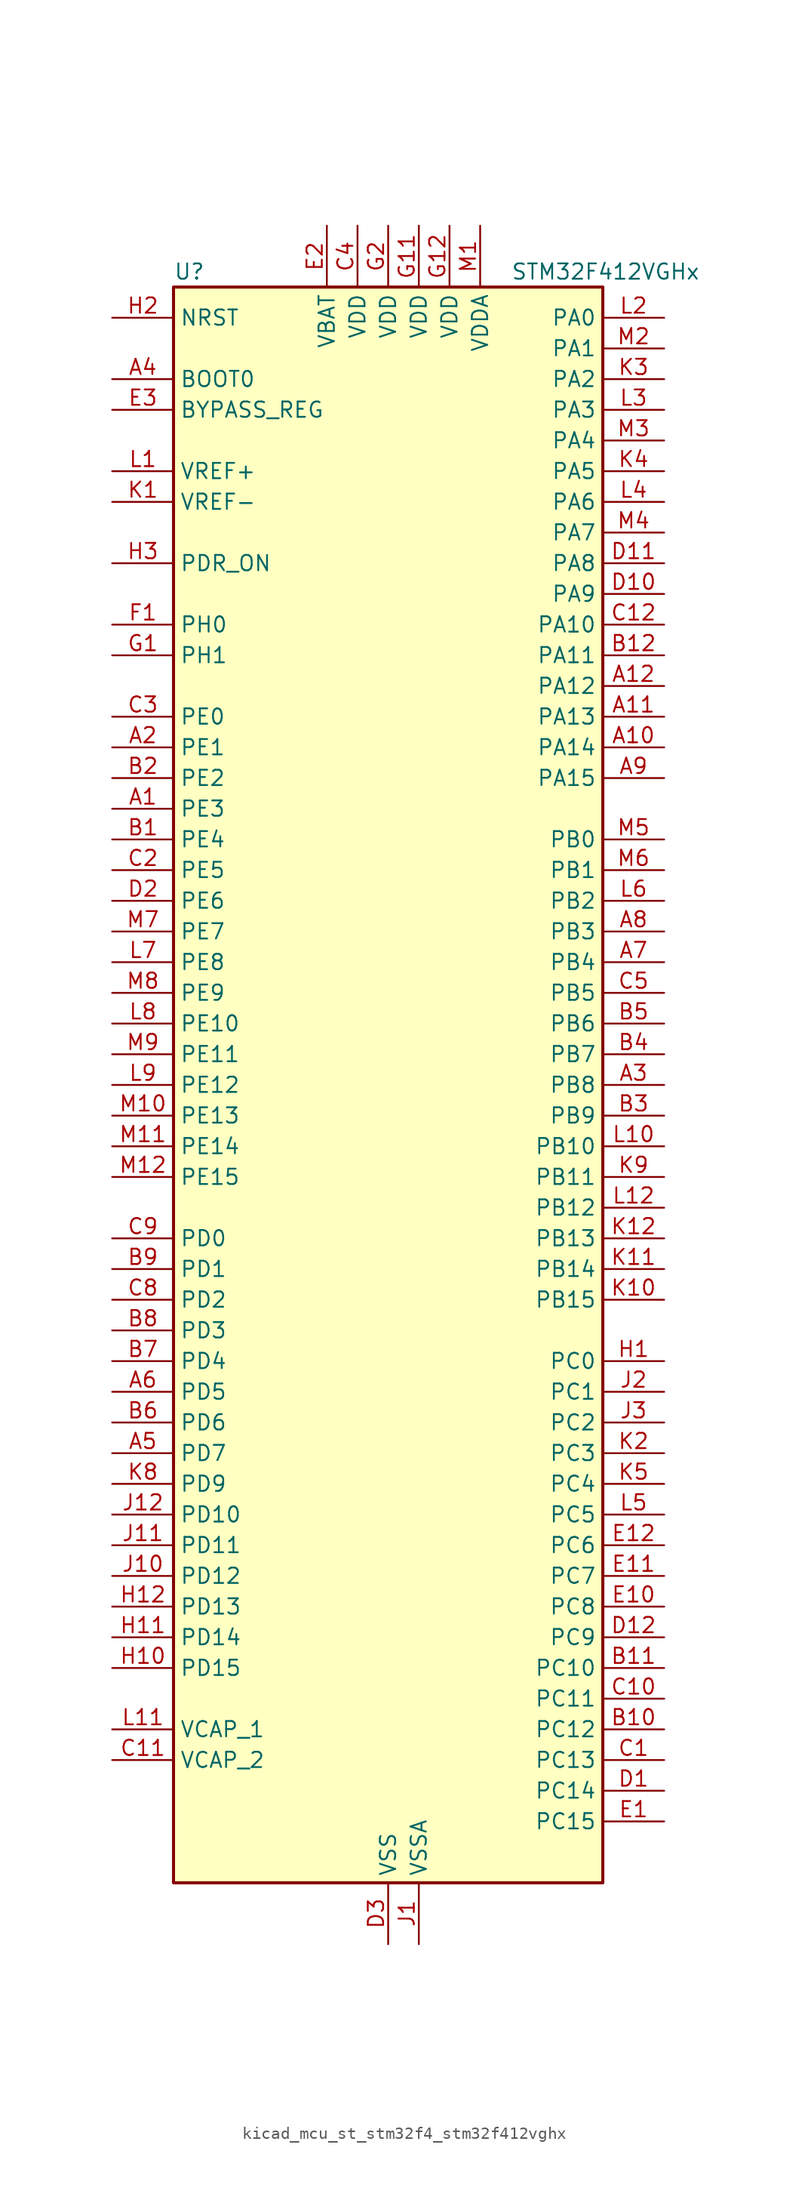
<source format=kicad_sym>
(kicad_symbol_lib
  (version 20220914)
  (generator kicad_symbol_editor)
  (symbol "kicad_mcu_st_stm32f4_stm32f412vghx"
    (property "Reference" "U"
      (at -17.78 67.31 0)
      (effects (font (size 1.27 1.27)) (justify left)))
    (property "Value" "STM32F412VGHx"
      (at 10.16 67.31 0)
      (effects (font (size 1.27 1.27)) (justify left)))
    (property "ki_locked" ""
      (at 0 0 0)
      (effects (font (size 1.27 1.27))))
    (symbol "kicad_mcu_st_stm32f4_stm32f412vghx_0_1"
      (rectangle (start -17.78 -66.04) (end 17.78 66.04) (stroke (width 0.254) (type default)) (fill (type background))))
    (symbol "kicad_mcu_st_stm32f4_stm32f412vghx_1_1"
      (pin bidirectional line (at -22.86 22.86 0) (length 5.08) (name "PE3" (effects (font (size 1.27 1.27)))) (number "A1" (effects (font (size 1.27 1.27)))) (alternate "FSMC_A19" bidirectional line) (alternate "SYS_TRACED0" bidirectional line))
      (pin bidirectional line (at 22.86 27.94 180) (length 5.08) (name "PA14" (effects (font (size 1.27 1.27)))) (number "A10" (effects (font (size 1.27 1.27)))) (alternate "SYS_JTCK-SWCLK" bidirectional line))
      (pin bidirectional line (at 22.86 30.48 180) (length 5.08) (name "PA13" (effects (font (size 1.27 1.27)))) (number "A11" (effects (font (size 1.27 1.27)))) (alternate "SYS_JTMS-SWDIO" bidirectional line))
      (pin bidirectional line (at 22.86 33.02 180) (length 5.08) (name "PA12" (effects (font (size 1.27 1.27)))) (number "A12" (effects (font (size 1.27 1.27)))) (alternate "CAN1_TX" bidirectional line) (alternate "SPI5_MISO" bidirectional line) (alternate "TIM1_ETR" bidirectional line) (alternate "USART1_RTS" bidirectional line) (alternate "USART6_RX" bidirectional line) (alternate "USB_OTG_FS_DP" bidirectional line))
      (pin bidirectional line (at -22.86 27.94 0) (length 5.08) (name "PE1" (effects (font (size 1.27 1.27)))) (number "A2" (effects (font (size 1.27 1.27)))) (alternate "FSMC_NBL1" bidirectional line))
      (pin bidirectional line (at 22.86 0 180) (length 5.08) (name "PB8" (effects (font (size 1.27 1.27)))) (number "A3" (effects (font (size 1.27 1.27)))) (alternate "CAN1_RX" bidirectional line) (alternate "I2C1_SCL" bidirectional line) (alternate "I2C3_SDA" bidirectional line) (alternate "I2S5_SD" bidirectional line) (alternate "SDIO_D4" bidirectional line) (alternate "SPI5_MOSI" bidirectional line) (alternate "TIM10_CH1" bidirectional line) (alternate "TIM4_CH3" bidirectional line))
      (pin input line (at -22.86 58.42 0) (length 5.08) (name "BOOT0" (effects (font (size 1.27 1.27)))) (number "A4" (effects (font (size 1.27 1.27)))))
      (pin bidirectional line (at -22.86 -30.48 0) (length 5.08) (name "PD7" (effects (font (size 1.27 1.27)))) (number "A5" (effects (font (size 1.27 1.27)))) (alternate "DFSDM1_CKIN1" bidirectional line) (alternate "FSMC_NE1" bidirectional line) (alternate "USART2_CK" bidirectional line))
      (pin bidirectional line (at -22.86 -25.4 0) (length 5.08) (name "PD5" (effects (font (size 1.27 1.27)))) (number "A6" (effects (font (size 1.27 1.27)))) (alternate "FSMC_NWE" bidirectional line) (alternate "USART2_TX" bidirectional line))
      (pin bidirectional line (at 22.86 10.16 180) (length 5.08) (name "PB4" (effects (font (size 1.27 1.27)))) (number "A7" (effects (font (size 1.27 1.27)))) (alternate "I2C3_SDA" bidirectional line) (alternate "I2S3_ext_SD" bidirectional line) (alternate "SDIO_D0" bidirectional line) (alternate "SPI1_MISO" bidirectional line) (alternate "SPI3_MISO" bidirectional line) (alternate "SYS_JTRST" bidirectional line) (alternate "TIM3_CH1" bidirectional line))
      (pin bidirectional line (at 22.86 12.7 180) (length 5.08) (name "PB3" (effects (font (size 1.27 1.27)))) (number "A8" (effects (font (size 1.27 1.27)))) (alternate "FMPI2C1_SDA" bidirectional line) (alternate "I2C2_SDA" bidirectional line) (alternate "I2S1_CK" bidirectional line) (alternate "I2S3_CK" bidirectional line) (alternate "SPI1_SCK" bidirectional line) (alternate "SPI3_SCK" bidirectional line) (alternate "SYS_JTDO-SWO" bidirectional line) (alternate "TIM2_CH2" bidirectional line) (alternate "USART1_RX" bidirectional line))
      (pin bidirectional line (at 22.86 25.4 180) (length 5.08) (name "PA15" (effects (font (size 1.27 1.27)))) (number "A9" (effects (font (size 1.27 1.27)))) (alternate "ADC1_EXTI15" bidirectional line) (alternate "I2S1_WS" bidirectional line) (alternate "I2S3_WS" bidirectional line) (alternate "SPI1_NSS" bidirectional line) (alternate "SPI3_NSS" bidirectional line) (alternate "SYS_JTDI" bidirectional line) (alternate "TIM2_CH1" bidirectional line) (alternate "TIM2_ETR" bidirectional line) (alternate "USART1_TX" bidirectional line))
      (pin bidirectional line (at -22.86 20.32 0) (length 5.08) (name "PE4" (effects (font (size 1.27 1.27)))) (number "B1" (effects (font (size 1.27 1.27)))) (alternate "DFSDM1_DATIN3" bidirectional line) (alternate "FSMC_A20" bidirectional line) (alternate "I2S4_WS" bidirectional line) (alternate "I2S5_WS" bidirectional line) (alternate "SPI4_NSS" bidirectional line) (alternate "SPI5_NSS" bidirectional line) (alternate "SYS_TRACED1" bidirectional line))
      (pin bidirectional line (at 22.86 -53.34 180) (length 5.08) (name "PC12" (effects (font (size 1.27 1.27)))) (number "B10" (effects (font (size 1.27 1.27)))) (alternate "FSMC_D3" bidirectional line) (alternate "FSMC_DA3" bidirectional line) (alternate "I2S3_SD" bidirectional line) (alternate "SDIO_CK" bidirectional line) (alternate "SPI3_MOSI" bidirectional line) (alternate "USART3_CK" bidirectional line))
      (pin bidirectional line (at 22.86 -48.26 180) (length 5.08) (name "PC10" (effects (font (size 1.27 1.27)))) (number "B11" (effects (font (size 1.27 1.27)))) (alternate "I2S3_CK" bidirectional line) (alternate "QUADSPI_BK1_IO1" bidirectional line) (alternate "SDIO_D2" bidirectional line) (alternate "SPI3_SCK" bidirectional line) (alternate "USART3_TX" bidirectional line))
      (pin bidirectional line (at 22.86 35.56 180) (length 5.08) (name "PA11" (effects (font (size 1.27 1.27)))) (number "B12" (effects (font (size 1.27 1.27)))) (alternate "ADC1_EXTI11" bidirectional line) (alternate "CAN1_RX" bidirectional line) (alternate "SPI4_MISO" bidirectional line) (alternate "TIM1_CH4" bidirectional line) (alternate "USART1_CTS" bidirectional line) (alternate "USART6_TX" bidirectional line) (alternate "USB_OTG_FS_DM" bidirectional line))
      (pin bidirectional line (at -22.86 25.4 0) (length 5.08) (name "PE2" (effects (font (size 1.27 1.27)))) (number "B2" (effects (font (size 1.27 1.27)))) (alternate "FSMC_A23" bidirectional line) (alternate "I2S4_CK" bidirectional line) (alternate "I2S5_CK" bidirectional line) (alternate "QUADSPI_BK1_IO2" bidirectional line) (alternate "SPI4_SCK" bidirectional line) (alternate "SPI5_SCK" bidirectional line) (alternate "SYS_TRACECLK" bidirectional line))
      (pin bidirectional line (at 22.86 -2.54 180) (length 5.08) (name "PB9" (effects (font (size 1.27 1.27)))) (number "B3" (effects (font (size 1.27 1.27)))) (alternate "CAN1_TX" bidirectional line) (alternate "I2C1_SDA" bidirectional line) (alternate "I2C2_SDA" bidirectional line) (alternate "I2S2_WS" bidirectional line) (alternate "SDIO_D5" bidirectional line) (alternate "SPI2_NSS" bidirectional line) (alternate "TIM11_CH1" bidirectional line) (alternate "TIM4_CH4" bidirectional line))
      (pin bidirectional line (at 22.86 2.54 180) (length 5.08) (name "PB7" (effects (font (size 1.27 1.27)))) (number "B4" (effects (font (size 1.27 1.27)))) (alternate "FSMC_NL" bidirectional line) (alternate "I2C1_SDA" bidirectional line) (alternate "TIM4_CH2" bidirectional line) (alternate "USART1_RX" bidirectional line))
      (pin bidirectional line (at 22.86 5.08 180) (length 5.08) (name "PB6" (effects (font (size 1.27 1.27)))) (number "B5" (effects (font (size 1.27 1.27)))) (alternate "CAN2_TX" bidirectional line) (alternate "I2C1_SCL" bidirectional line) (alternate "QUADSPI_BK1_NCS" bidirectional line) (alternate "SDIO_D0" bidirectional line) (alternate "TIM4_CH1" bidirectional line) (alternate "USART1_TX" bidirectional line))
      (pin bidirectional line (at -22.86 -27.94 0) (length 5.08) (name "PD6" (effects (font (size 1.27 1.27)))) (number "B6" (effects (font (size 1.27 1.27)))) (alternate "DFSDM1_DATIN1" bidirectional line) (alternate "FSMC_NWAIT" bidirectional line) (alternate "I2S3_SD" bidirectional line) (alternate "SPI3_MOSI" bidirectional line) (alternate "USART2_RX" bidirectional line))
      (pin bidirectional line (at -22.86 -22.86 0) (length 5.08) (name "PD4" (effects (font (size 1.27 1.27)))) (number "B7" (effects (font (size 1.27 1.27)))) (alternate "DFSDM1_CKIN0" bidirectional line) (alternate "FSMC_NOE" bidirectional line) (alternate "USART2_RTS" bidirectional line))
      (pin bidirectional line (at -22.86 -20.32 0) (length 5.08) (name "PD3" (effects (font (size 1.27 1.27)))) (number "B8" (effects (font (size 1.27 1.27)))) (alternate "DFSDM1_DATIN0" bidirectional line) (alternate "FSMC_CLK" bidirectional line) (alternate "I2S2_CK" bidirectional line) (alternate "QUADSPI_CLK" bidirectional line) (alternate "SPI2_SCK" bidirectional line) (alternate "SYS_TRACED1" bidirectional line) (alternate "USART2_CTS" bidirectional line))
      (pin bidirectional line (at -22.86 -15.24 0) (length 5.08) (name "PD1" (effects (font (size 1.27 1.27)))) (number "B9" (effects (font (size 1.27 1.27)))) (alternate "CAN1_TX" bidirectional line) (alternate "FSMC_D3" bidirectional line) (alternate "FSMC_DA3" bidirectional line))
      (pin bidirectional line (at 22.86 -55.88 180) (length 5.08) (name "PC13" (effects (font (size 1.27 1.27)))) (number "C1" (effects (font (size 1.27 1.27)))) (alternate "RTC_AF1" bidirectional line))
      (pin bidirectional line (at 22.86 -50.8 180) (length 5.08) (name "PC11" (effects (font (size 1.27 1.27)))) (number "C10" (effects (font (size 1.27 1.27)))) (alternate "ADC1_EXTI11" bidirectional line) (alternate "FSMC_D2" bidirectional line) (alternate "FSMC_DA2" bidirectional line) (alternate "I2S3_ext_SD" bidirectional line) (alternate "QUADSPI_BK2_NCS" bidirectional line) (alternate "SDIO_D3" bidirectional line) (alternate "SPI3_MISO" bidirectional line) (alternate "USART3_RX" bidirectional line))
      (pin power_out line (at -22.86 -55.88 0) (length 5.08) (name "VCAP_2" (effects (font (size 1.27 1.27)))) (number "C11" (effects (font (size 1.27 1.27)))))
      (pin bidirectional line (at 22.86 38.1 180) (length 5.08) (name "PA10" (effects (font (size 1.27 1.27)))) (number "C12" (effects (font (size 1.27 1.27)))) (alternate "I2S5_SD" bidirectional line) (alternate "SPI5_MOSI" bidirectional line) (alternate "TIM1_CH3" bidirectional line) (alternate "USART1_RX" bidirectional line) (alternate "USB_OTG_FS_ID" bidirectional line))
      (pin bidirectional line (at -22.86 17.78 0) (length 5.08) (name "PE5" (effects (font (size 1.27 1.27)))) (number "C2" (effects (font (size 1.27 1.27)))) (alternate "DFSDM1_CKIN3" bidirectional line) (alternate "FSMC_A21" bidirectional line) (alternate "SPI4_MISO" bidirectional line) (alternate "SPI5_MISO" bidirectional line) (alternate "SYS_TRACED2" bidirectional line) (alternate "TIM9_CH1" bidirectional line))
      (pin bidirectional line (at -22.86 30.48 0) (length 5.08) (name "PE0" (effects (font (size 1.27 1.27)))) (number "C3" (effects (font (size 1.27 1.27)))) (alternate "FSMC_NBL0" bidirectional line) (alternate "TIM4_ETR" bidirectional line))
      (pin power_in line (at -2.54 71.12 270) (length 5.08) (name "VDD" (effects (font (size 1.27 1.27)))) (number "C4" (effects (font (size 1.27 1.27)))))
      (pin bidirectional line (at 22.86 7.62 180) (length 5.08) (name "PB5" (effects (font (size 1.27 1.27)))) (number "C5" (effects (font (size 1.27 1.27)))) (alternate "CAN2_RX" bidirectional line) (alternate "I2C1_SMBA" bidirectional line) (alternate "I2S1_SD" bidirectional line) (alternate "I2S3_SD" bidirectional line) (alternate "SDIO_D3" bidirectional line) (alternate "SPI1_MOSI" bidirectional line) (alternate "SPI3_MOSI" bidirectional line) (alternate "TIM3_CH2" bidirectional line))
      (pin bidirectional line (at -22.86 -17.78 0) (length 5.08) (name "PD2" (effects (font (size 1.27 1.27)))) (number "C8" (effects (font (size 1.27 1.27)))) (alternate "FSMC_NWE" bidirectional line) (alternate "SDIO_CMD" bidirectional line) (alternate "TIM3_ETR" bidirectional line))
      (pin bidirectional line (at -22.86 -12.7 0) (length 5.08) (name "PD0" (effects (font (size 1.27 1.27)))) (number "C9" (effects (font (size 1.27 1.27)))) (alternate "CAN1_RX" bidirectional line) (alternate "FSMC_D2" bidirectional line) (alternate "FSMC_DA2" bidirectional line))
      (pin bidirectional line (at 22.86 -58.42 180) (length 5.08) (name "PC14" (effects (font (size 1.27 1.27)))) (number "D1" (effects (font (size 1.27 1.27)))) (alternate "RCC_OSC32_IN" bidirectional line))
      (pin bidirectional line (at 22.86 40.64 180) (length 5.08) (name "PA9" (effects (font (size 1.27 1.27)))) (number "D10" (effects (font (size 1.27 1.27)))) (alternate "I2C3_SMBA" bidirectional line) (alternate "SDIO_D2" bidirectional line) (alternate "TIM1_CH2" bidirectional line) (alternate "USART1_TX" bidirectional line) (alternate "USB_OTG_FS_VBUS" bidirectional line))
      (pin bidirectional line (at 22.86 43.18 180) (length 5.08) (name "PA8" (effects (font (size 1.27 1.27)))) (number "D11" (effects (font (size 1.27 1.27)))) (alternate "I2C3_SCL" bidirectional line) (alternate "RCC_MCO_1" bidirectional line) (alternate "SDIO_D1" bidirectional line) (alternate "TIM1_CH1" bidirectional line) (alternate "USART1_CK" bidirectional line) (alternate "USB_OTG_FS_SOF" bidirectional line))
      (pin bidirectional line (at 22.86 -45.72 180) (length 5.08) (name "PC9" (effects (font (size 1.27 1.27)))) (number "D12" (effects (font (size 1.27 1.27)))) (alternate "I2C3_SDA" bidirectional line) (alternate "I2S_CKIN" bidirectional line) (alternate "QUADSPI_BK1_IO0" bidirectional line) (alternate "RCC_MCO_2" bidirectional line) (alternate "SDIO_D1" bidirectional line) (alternate "TIM3_CH4" bidirectional line) (alternate "TIM8_CH4" bidirectional line))
      (pin bidirectional line (at -22.86 15.24 0) (length 5.08) (name "PE6" (effects (font (size 1.27 1.27)))) (number "D2" (effects (font (size 1.27 1.27)))) (alternate "FSMC_A22" bidirectional line) (alternate "I2S4_SD" bidirectional line) (alternate "I2S5_SD" bidirectional line) (alternate "SPI4_MOSI" bidirectional line) (alternate "SPI5_MOSI" bidirectional line) (alternate "SYS_TRACED3" bidirectional line) (alternate "TIM9_CH2" bidirectional line))
      (pin power_in line (at 0 -71.12 90) (length 5.08) (name "VSS" (effects (font (size 1.27 1.27)))) (number "D3" (effects (font (size 1.27 1.27)))))
      (pin bidirectional line (at 22.86 -60.96 180) (length 5.08) (name "PC15" (effects (font (size 1.27 1.27)))) (number "E1" (effects (font (size 1.27 1.27)))) (alternate "ADC1_EXTI15" bidirectional line) (alternate "RCC_OSC32_OUT" bidirectional line))
      (pin bidirectional line (at 22.86 -43.18 180) (length 5.08) (name "PC8" (effects (font (size 1.27 1.27)))) (number "E10" (effects (font (size 1.27 1.27)))) (alternate "QUADSPI_BK1_IO2" bidirectional line) (alternate "SDIO_D0" bidirectional line) (alternate "TIM3_CH3" bidirectional line) (alternate "TIM8_CH3" bidirectional line) (alternate "USART6_CK" bidirectional line))
      (pin bidirectional line (at 22.86 -40.64 180) (length 5.08) (name "PC7" (effects (font (size 1.27 1.27)))) (number "E11" (effects (font (size 1.27 1.27)))) (alternate "DFSDM1_DATIN3" bidirectional line) (alternate "FMPI2C1_SDA" bidirectional line) (alternate "I2S2_CK" bidirectional line) (alternate "I2S3_MCK" bidirectional line) (alternate "SDIO_D7" bidirectional line) (alternate "SPI2_SCK" bidirectional line) (alternate "TIM3_CH2" bidirectional line) (alternate "TIM8_CH2" bidirectional line) (alternate "USART6_RX" bidirectional line))
      (pin bidirectional line (at 22.86 -38.1 180) (length 5.08) (name "PC6" (effects (font (size 1.27 1.27)))) (number "E12" (effects (font (size 1.27 1.27)))) (alternate "DFSDM1_CKIN3" bidirectional line) (alternate "FMPI2C1_SCL" bidirectional line) (alternate "FSMC_D1" bidirectional line) (alternate "FSMC_DA1" bidirectional line) (alternate "I2S2_MCK" bidirectional line) (alternate "SDIO_D6" bidirectional line) (alternate "TIM3_CH1" bidirectional line) (alternate "TIM8_CH1" bidirectional line) (alternate "USART6_TX" bidirectional line))
      (pin power_in line (at -5.08 71.12 270) (length 5.08) (name "VBAT" (effects (font (size 1.27 1.27)))) (number "E2" (effects (font (size 1.27 1.27)))))
      (pin input line (at -22.86 55.88 0) (length 5.08) (name "BYPASS_REG" (effects (font (size 1.27 1.27)))) (number "E3" (effects (font (size 1.27 1.27)))))
      (pin bidirectional line (at -22.86 38.1 0) (length 5.08) (name "PH0" (effects (font (size 1.27 1.27)))) (number "F1" (effects (font (size 1.27 1.27)))) (alternate "RCC_OSC_IN" bidirectional line))
      (pin passive line (at 0 -71.12 90) (length 5.08) hide (name "VSS" (effects (font (size 1.27 1.27)))) (number "F11" (effects (font (size 1.27 1.27)))))
      (pin passive line (at 0 -71.12 90) (length 5.08) hide (name "VSS" (effects (font (size 1.27 1.27)))) (number "F12" (effects (font (size 1.27 1.27)))))
      (pin passive line (at 0 -71.12 90) (length 5.08) hide (name "VSS" (effects (font (size 1.27 1.27)))) (number "F2" (effects (font (size 1.27 1.27)))))
      (pin bidirectional line (at -22.86 35.56 0) (length 5.08) (name "PH1" (effects (font (size 1.27 1.27)))) (number "G1" (effects (font (size 1.27 1.27)))) (alternate "RCC_OSC_OUT" bidirectional line))
      (pin power_in line (at 2.54 71.12 270) (length 5.08) (name "VDD" (effects (font (size 1.27 1.27)))) (number "G11" (effects (font (size 1.27 1.27)))))
      (pin power_in line (at 5.08 71.12 270) (length 5.08) (name "VDD" (effects (font (size 1.27 1.27)))) (number "G12" (effects (font (size 1.27 1.27)))))
      (pin power_in line (at 0 71.12 270) (length 5.08) (name "VDD" (effects (font (size 1.27 1.27)))) (number "G2" (effects (font (size 1.27 1.27)))))
      (pin bidirectional line (at 22.86 -22.86 180) (length 5.08) (name "PC0" (effects (font (size 1.27 1.27)))) (number "H1" (effects (font (size 1.27 1.27)))) (alternate "ADC1_IN10" bidirectional line) (alternate "SYS_WKUP2" bidirectional line))
      (pin bidirectional line (at -22.86 -48.26 0) (length 5.08) (name "PD15" (effects (font (size 1.27 1.27)))) (number "H10" (effects (font (size 1.27 1.27)))) (alternate "ADC1_EXTI15" bidirectional line) (alternate "FMPI2C1_SDA" bidirectional line) (alternate "FSMC_D1" bidirectional line) (alternate "FSMC_DA1" bidirectional line) (alternate "TIM4_CH4" bidirectional line))
      (pin bidirectional line (at -22.86 -45.72 0) (length 5.08) (name "PD14" (effects (font (size 1.27 1.27)))) (number "H11" (effects (font (size 1.27 1.27)))) (alternate "FMPI2C1_SCL" bidirectional line) (alternate "FSMC_D0" bidirectional line) (alternate "FSMC_DA0" bidirectional line) (alternate "TIM4_CH3" bidirectional line))
      (pin bidirectional line (at -22.86 -43.18 0) (length 5.08) (name "PD13" (effects (font (size 1.27 1.27)))) (number "H12" (effects (font (size 1.27 1.27)))) (alternate "FMPI2C1_SDA" bidirectional line) (alternate "FSMC_A18" bidirectional line) (alternate "QUADSPI_BK1_IO3" bidirectional line) (alternate "TIM4_CH2" bidirectional line))
      (pin input line (at -22.86 63.5 0) (length 5.08) (name "NRST" (effects (font (size 1.27 1.27)))) (number "H2" (effects (font (size 1.27 1.27)))))
      (pin input line (at -22.86 43.18 0) (length 5.08) (name "PDR_ON" (effects (font (size 1.27 1.27)))) (number "H3" (effects (font (size 1.27 1.27)))))
      (pin power_in line (at 2.54 -71.12 90) (length 5.08) (name "VSSA" (effects (font (size 1.27 1.27)))) (number "J1" (effects (font (size 1.27 1.27)))))
      (pin bidirectional line (at -22.86 -40.64 0) (length 5.08) (name "PD12" (effects (font (size 1.27 1.27)))) (number "J10" (effects (font (size 1.27 1.27)))) (alternate "FMPI2C1_SCL" bidirectional line) (alternate "FSMC_A17" bidirectional line) (alternate "QUADSPI_BK1_IO1" bidirectional line) (alternate "TIM4_CH1" bidirectional line) (alternate "USART3_RTS" bidirectional line))
      (pin bidirectional line (at -22.86 -38.1 0) (length 5.08) (name "PD11" (effects (font (size 1.27 1.27)))) (number "J11" (effects (font (size 1.27 1.27)))) (alternate "ADC1_EXTI11" bidirectional line) (alternate "FMPI2C1_SMBA" bidirectional line) (alternate "FSMC_A16" bidirectional line) (alternate "QUADSPI_BK1_IO0" bidirectional line) (alternate "USART3_CTS" bidirectional line))
      (pin bidirectional line (at -22.86 -35.56 0) (length 5.08) (name "PD10" (effects (font (size 1.27 1.27)))) (number "J12" (effects (font (size 1.27 1.27)))) (alternate "FSMC_D15" bidirectional line) (alternate "FSMC_DA15" bidirectional line) (alternate "USART3_CK" bidirectional line))
      (pin bidirectional line (at 22.86 -25.4 180) (length 5.08) (name "PC1" (effects (font (size 1.27 1.27)))) (number "J2" (effects (font (size 1.27 1.27)))) (alternate "ADC1_IN11" bidirectional line) (alternate "SYS_WKUP3" bidirectional line))
      (pin bidirectional line (at 22.86 -27.94 180) (length 5.08) (name "PC2" (effects (font (size 1.27 1.27)))) (number "J3" (effects (font (size 1.27 1.27)))) (alternate "ADC1_IN12" bidirectional line) (alternate "DFSDM1_CKOUT" bidirectional line) (alternate "FSMC_NWE" bidirectional line) (alternate "I2S2_ext_SD" bidirectional line) (alternate "SPI2_MISO" bidirectional line))
      (pin input line (at -22.86 48.26 0) (length 5.08) (name "VREF-" (effects (font (size 1.27 1.27)))) (number "K1" (effects (font (size 1.27 1.27)))))
      (pin bidirectional line (at 22.86 -17.78 180) (length 5.08) (name "PB15" (effects (font (size 1.27 1.27)))) (number "K10" (effects (font (size 1.27 1.27)))) (alternate "ADC1_EXTI15" bidirectional line) (alternate "DFSDM1_CKIN2" bidirectional line) (alternate "FMPI2C1_SCL" bidirectional line) (alternate "I2S2_SD" bidirectional line) (alternate "RTC_REFIN" bidirectional line) (alternate "SDIO_CK" bidirectional line) (alternate "SPI2_MOSI" bidirectional line) (alternate "TIM12_CH2" bidirectional line) (alternate "TIM1_CH3N" bidirectional line) (alternate "TIM8_CH3N" bidirectional line))
      (pin bidirectional line (at 22.86 -15.24 180) (length 5.08) (name "PB14" (effects (font (size 1.27 1.27)))) (number "K11" (effects (font (size 1.27 1.27)))) (alternate "DFSDM1_DATIN2" bidirectional line) (alternate "FMPI2C1_SDA" bidirectional line) (alternate "FSMC_D0" bidirectional line) (alternate "FSMC_DA0" bidirectional line) (alternate "I2S2_ext_SD" bidirectional line) (alternate "SDIO_D6" bidirectional line) (alternate "SPI2_MISO" bidirectional line) (alternate "TIM12_CH1" bidirectional line) (alternate "TIM1_CH2N" bidirectional line) (alternate "TIM8_CH2N" bidirectional line) (alternate "USART3_RTS" bidirectional line))
      (pin bidirectional line (at 22.86 -12.7 180) (length 5.08) (name "PB13" (effects (font (size 1.27 1.27)))) (number "K12" (effects (font (size 1.27 1.27)))) (alternate "CAN2_TX" bidirectional line) (alternate "DFSDM1_CKIN1" bidirectional line) (alternate "FMPI2C1_SMBA" bidirectional line) (alternate "I2S2_CK" bidirectional line) (alternate "I2S4_CK" bidirectional line) (alternate "SPI2_SCK" bidirectional line) (alternate "SPI4_SCK" bidirectional line) (alternate "TIM1_CH1N" bidirectional line) (alternate "USART3_CTS" bidirectional line))
      (pin bidirectional line (at 22.86 -30.48 180) (length 5.08) (name "PC3" (effects (font (size 1.27 1.27)))) (number "K2" (effects (font (size 1.27 1.27)))) (alternate "ADC1_IN13" bidirectional line) (alternate "FSMC_A0" bidirectional line) (alternate "I2S2_SD" bidirectional line) (alternate "SPI2_MOSI" bidirectional line))
      (pin bidirectional line (at 22.86 58.42 180) (length 5.08) (name "PA2" (effects (font (size 1.27 1.27)))) (number "K3" (effects (font (size 1.27 1.27)))) (alternate "ADC1_IN2" bidirectional line) (alternate "FSMC_D4" bidirectional line) (alternate "FSMC_DA4" bidirectional line) (alternate "I2S_CKIN" bidirectional line) (alternate "TIM2_CH3" bidirectional line) (alternate "TIM5_CH3" bidirectional line) (alternate "TIM9_CH1" bidirectional line) (alternate "USART2_TX" bidirectional line))
      (pin bidirectional line (at 22.86 50.8 180) (length 5.08) (name "PA5" (effects (font (size 1.27 1.27)))) (number "K4" (effects (font (size 1.27 1.27)))) (alternate "ADC1_IN5" bidirectional line) (alternate "DFSDM1_CKIN1" bidirectional line) (alternate "FSMC_D7" bidirectional line) (alternate "FSMC_DA7" bidirectional line) (alternate "I2S1_CK" bidirectional line) (alternate "SPI1_SCK" bidirectional line) (alternate "TIM2_CH1" bidirectional line) (alternate "TIM2_ETR" bidirectional line) (alternate "TIM8_CH1N" bidirectional line))
      (pin bidirectional line (at 22.86 -33.02 180) (length 5.08) (name "PC4" (effects (font (size 1.27 1.27)))) (number "K5" (effects (font (size 1.27 1.27)))) (alternate "ADC1_IN14" bidirectional line) (alternate "FSMC_NE4" bidirectional line) (alternate "I2S1_MCK" bidirectional line) (alternate "QUADSPI_BK2_IO2" bidirectional line))
      (pin bidirectional line (at -22.86 -33.02 0) (length 5.08) (name "PD9" (effects (font (size 1.27 1.27)))) (number "K8" (effects (font (size 1.27 1.27)))) (alternate "FSMC_D14" bidirectional line) (alternate "FSMC_DA14" bidirectional line) (alternate "USART3_RX" bidirectional line))
      (pin bidirectional line (at 22.86 -7.62 180) (length 5.08) (name "PB11" (effects (font (size 1.27 1.27)))) (number "K9" (effects (font (size 1.27 1.27)))) (alternate "ADC1_EXTI11" bidirectional line) (alternate "I2C2_SDA" bidirectional line) (alternate "I2S_CKIN" bidirectional line) (alternate "TIM2_CH4" bidirectional line) (alternate "USART3_RX" bidirectional line))
      (pin input line (at -22.86 50.8 0) (length 5.08) (name "VREF+" (effects (font (size 1.27 1.27)))) (number "L1" (effects (font (size 1.27 1.27)))))
      (pin bidirectional line (at 22.86 -5.08 180) (length 5.08) (name "PB10" (effects (font (size 1.27 1.27)))) (number "L10" (effects (font (size 1.27 1.27)))) (alternate "FMPI2C1_SCL" bidirectional line) (alternate "I2C2_SCL" bidirectional line) (alternate "I2S2_CK" bidirectional line) (alternate "I2S3_MCK" bidirectional line) (alternate "SDIO_D7" bidirectional line) (alternate "SPI2_SCK" bidirectional line) (alternate "TIM2_CH3" bidirectional line) (alternate "USART3_TX" bidirectional line))
      (pin power_out line (at -22.86 -53.34 0) (length 5.08) (name "VCAP_1" (effects (font (size 1.27 1.27)))) (number "L11" (effects (font (size 1.27 1.27)))))
      (pin bidirectional line (at 22.86 -10.16 180) (length 5.08) (name "PB12" (effects (font (size 1.27 1.27)))) (number "L12" (effects (font (size 1.27 1.27)))) (alternate "CAN2_RX" bidirectional line) (alternate "DFSDM1_DATIN1" bidirectional line) (alternate "FSMC_D13" bidirectional line) (alternate "FSMC_DA13" bidirectional line) (alternate "I2C2_SMBA" bidirectional line) (alternate "I2S2_WS" bidirectional line) (alternate "I2S3_CK" bidirectional line) (alternate "I2S4_WS" bidirectional line) (alternate "SPI2_NSS" bidirectional line) (alternate "SPI3_SCK" bidirectional line) (alternate "SPI4_NSS" bidirectional line) (alternate "TIM1_BKIN" bidirectional line) (alternate "USART3_CK" bidirectional line))
      (pin bidirectional line (at 22.86 63.5 180) (length 5.08) (name "PA0" (effects (font (size 1.27 1.27)))) (number "L2" (effects (font (size 1.27 1.27)))) (alternate "ADC1_IN0" bidirectional line) (alternate "SYS_WKUP1" bidirectional line) (alternate "TIM2_CH1" bidirectional line) (alternate "TIM2_ETR" bidirectional line) (alternate "TIM5_CH1" bidirectional line) (alternate "TIM8_ETR" bidirectional line) (alternate "USART2_CTS" bidirectional line))
      (pin bidirectional line (at 22.86 55.88 180) (length 5.08) (name "PA3" (effects (font (size 1.27 1.27)))) (number "L3" (effects (font (size 1.27 1.27)))) (alternate "ADC1_IN3" bidirectional line) (alternate "FSMC_D5" bidirectional line) (alternate "FSMC_DA5" bidirectional line) (alternate "I2S2_MCK" bidirectional line) (alternate "TIM2_CH4" bidirectional line) (alternate "TIM5_CH4" bidirectional line) (alternate "TIM9_CH2" bidirectional line) (alternate "USART2_RX" bidirectional line))
      (pin bidirectional line (at 22.86 48.26 180) (length 5.08) (name "PA6" (effects (font (size 1.27 1.27)))) (number "L4" (effects (font (size 1.27 1.27)))) (alternate "ADC1_IN6" bidirectional line) (alternate "I2S2_MCK" bidirectional line) (alternate "QUADSPI_BK2_IO0" bidirectional line) (alternate "SDIO_CMD" bidirectional line) (alternate "SPI1_MISO" bidirectional line) (alternate "TIM13_CH1" bidirectional line) (alternate "TIM1_BKIN" bidirectional line) (alternate "TIM3_CH1" bidirectional line) (alternate "TIM8_BKIN" bidirectional line))
      (pin bidirectional line (at 22.86 -35.56 180) (length 5.08) (name "PC5" (effects (font (size 1.27 1.27)))) (number "L5" (effects (font (size 1.27 1.27)))) (alternate "ADC1_IN15" bidirectional line) (alternate "FMPI2C1_SMBA" bidirectional line) (alternate "FSMC_NOE" bidirectional line) (alternate "QUADSPI_BK2_IO3" bidirectional line) (alternate "USART3_RX" bidirectional line))
      (pin bidirectional line (at 22.86 15.24 180) (length 5.08) (name "PB2" (effects (font (size 1.27 1.27)))) (number "L6" (effects (font (size 1.27 1.27)))) (alternate "DFSDM1_CKIN0" bidirectional line) (alternate "QUADSPI_CLK" bidirectional line))
      (pin bidirectional line (at -22.86 10.16 0) (length 5.08) (name "PE8" (effects (font (size 1.27 1.27)))) (number "L7" (effects (font (size 1.27 1.27)))) (alternate "DFSDM1_CKIN2" bidirectional line) (alternate "FSMC_D5" bidirectional line) (alternate "FSMC_DA5" bidirectional line) (alternate "QUADSPI_BK2_IO1" bidirectional line) (alternate "TIM1_CH1N" bidirectional line))
      (pin bidirectional line (at -22.86 5.08 0) (length 5.08) (name "PE10" (effects (font (size 1.27 1.27)))) (number "L8" (effects (font (size 1.27 1.27)))) (alternate "FSMC_D7" bidirectional line) (alternate "FSMC_DA7" bidirectional line) (alternate "QUADSPI_BK2_IO3" bidirectional line) (alternate "TIM1_CH2N" bidirectional line))
      (pin bidirectional line (at -22.86 0 0) (length 5.08) (name "PE12" (effects (font (size 1.27 1.27)))) (number "L9" (effects (font (size 1.27 1.27)))) (alternate "FSMC_D9" bidirectional line) (alternate "FSMC_DA9" bidirectional line) (alternate "I2S4_CK" bidirectional line) (alternate "I2S5_CK" bidirectional line) (alternate "SPI4_SCK" bidirectional line) (alternate "SPI5_SCK" bidirectional line) (alternate "TIM1_CH3N" bidirectional line))
      (pin power_in line (at 7.62 71.12 270) (length 5.08) (name "VDDA" (effects (font (size 1.27 1.27)))) (number "M1" (effects (font (size 1.27 1.27)))))
      (pin bidirectional line (at -22.86 -2.54 0) (length 5.08) (name "PE13" (effects (font (size 1.27 1.27)))) (number "M10" (effects (font (size 1.27 1.27)))) (alternate "FSMC_D10" bidirectional line) (alternate "FSMC_DA10" bidirectional line) (alternate "SPI4_MISO" bidirectional line) (alternate "SPI5_MISO" bidirectional line) (alternate "TIM1_CH3" bidirectional line))
      (pin bidirectional line (at -22.86 -5.08 0) (length 5.08) (name "PE14" (effects (font (size 1.27 1.27)))) (number "M11" (effects (font (size 1.27 1.27)))) (alternate "FSMC_D11" bidirectional line) (alternate "FSMC_DA11" bidirectional line) (alternate "I2S4_SD" bidirectional line) (alternate "I2S5_SD" bidirectional line) (alternate "SPI4_MOSI" bidirectional line) (alternate "SPI5_MOSI" bidirectional line) (alternate "TIM1_CH4" bidirectional line))
      (pin bidirectional line (at -22.86 -7.62 0) (length 5.08) (name "PE15" (effects (font (size 1.27 1.27)))) (number "M12" (effects (font (size 1.27 1.27)))) (alternate "ADC1_EXTI15" bidirectional line) (alternate "FSMC_D12" bidirectional line) (alternate "FSMC_DA12" bidirectional line) (alternate "TIM1_BKIN" bidirectional line))
      (pin bidirectional line (at 22.86 60.96 180) (length 5.08) (name "PA1" (effects (font (size 1.27 1.27)))) (number "M2" (effects (font (size 1.27 1.27)))) (alternate "ADC1_IN1" bidirectional line) (alternate "I2S4_SD" bidirectional line) (alternate "QUADSPI_BK1_IO3" bidirectional line) (alternate "SPI4_MOSI" bidirectional line) (alternate "TIM2_CH2" bidirectional line) (alternate "TIM5_CH2" bidirectional line) (alternate "USART2_RTS" bidirectional line))
      (pin bidirectional line (at 22.86 53.34 180) (length 5.08) (name "PA4" (effects (font (size 1.27 1.27)))) (number "M3" (effects (font (size 1.27 1.27)))) (alternate "ADC1_IN4" bidirectional line) (alternate "DFSDM1_DATIN1" bidirectional line) (alternate "FSMC_D6" bidirectional line) (alternate "FSMC_DA6" bidirectional line) (alternate "I2S1_WS" bidirectional line) (alternate "I2S3_WS" bidirectional line) (alternate "SPI1_NSS" bidirectional line) (alternate "SPI3_NSS" bidirectional line) (alternate "USART2_CK" bidirectional line))
      (pin bidirectional line (at 22.86 45.72 180) (length 5.08) (name "PA7" (effects (font (size 1.27 1.27)))) (number "M4" (effects (font (size 1.27 1.27)))) (alternate "ADC1_IN7" bidirectional line) (alternate "I2S1_SD" bidirectional line) (alternate "QUADSPI_BK2_IO1" bidirectional line) (alternate "SPI1_MOSI" bidirectional line) (alternate "TIM14_CH1" bidirectional line) (alternate "TIM1_CH1N" bidirectional line) (alternate "TIM3_CH2" bidirectional line) (alternate "TIM8_CH1N" bidirectional line))
      (pin bidirectional line (at 22.86 20.32 180) (length 5.08) (name "PB0" (effects (font (size 1.27 1.27)))) (number "M5" (effects (font (size 1.27 1.27)))) (alternate "ADC1_IN8" bidirectional line) (alternate "I2S5_CK" bidirectional line) (alternate "SPI5_SCK" bidirectional line) (alternate "TIM1_CH2N" bidirectional line) (alternate "TIM3_CH3" bidirectional line) (alternate "TIM8_CH2N" bidirectional line))
      (pin bidirectional line (at 22.86 17.78 180) (length 5.08) (name "PB1" (effects (font (size 1.27 1.27)))) (number "M6" (effects (font (size 1.27 1.27)))) (alternate "ADC1_IN9" bidirectional line) (alternate "DFSDM1_DATIN0" bidirectional line) (alternate "I2S5_WS" bidirectional line) (alternate "QUADSPI_CLK" bidirectional line) (alternate "SPI5_NSS" bidirectional line) (alternate "TIM1_CH3N" bidirectional line) (alternate "TIM3_CH4" bidirectional line) (alternate "TIM8_CH3N" bidirectional line))
      (pin bidirectional line (at -22.86 12.7 0) (length 5.08) (name "PE7" (effects (font (size 1.27 1.27)))) (number "M7" (effects (font (size 1.27 1.27)))) (alternate "DFSDM1_DATIN2" bidirectional line) (alternate "FSMC_D4" bidirectional line) (alternate "FSMC_DA4" bidirectional line) (alternate "QUADSPI_BK2_IO0" bidirectional line) (alternate "TIM1_ETR" bidirectional line))
      (pin bidirectional line (at -22.86 7.62 0) (length 5.08) (name "PE9" (effects (font (size 1.27 1.27)))) (number "M8" (effects (font (size 1.27 1.27)))) (alternate "DFSDM1_CKOUT" bidirectional line) (alternate "FSMC_D6" bidirectional line) (alternate "FSMC_DA6" bidirectional line) (alternate "QUADSPI_BK2_IO2" bidirectional line) (alternate "TIM1_CH1" bidirectional line))
      (pin bidirectional line (at -22.86 2.54 0) (length 5.08) (name "PE11" (effects (font (size 1.27 1.27)))) (number "M9" (effects (font (size 1.27 1.27)))) (alternate "ADC1_EXTI11" bidirectional line) (alternate "FSMC_D8" bidirectional line) (alternate "FSMC_DA8" bidirectional line) (alternate "I2S4_WS" bidirectional line) (alternate "I2S5_WS" bidirectional line) (alternate "SPI4_NSS" bidirectional line) (alternate "SPI5_NSS" bidirectional line) (alternate "TIM1_CH2" bidirectional line)))))
</source>
